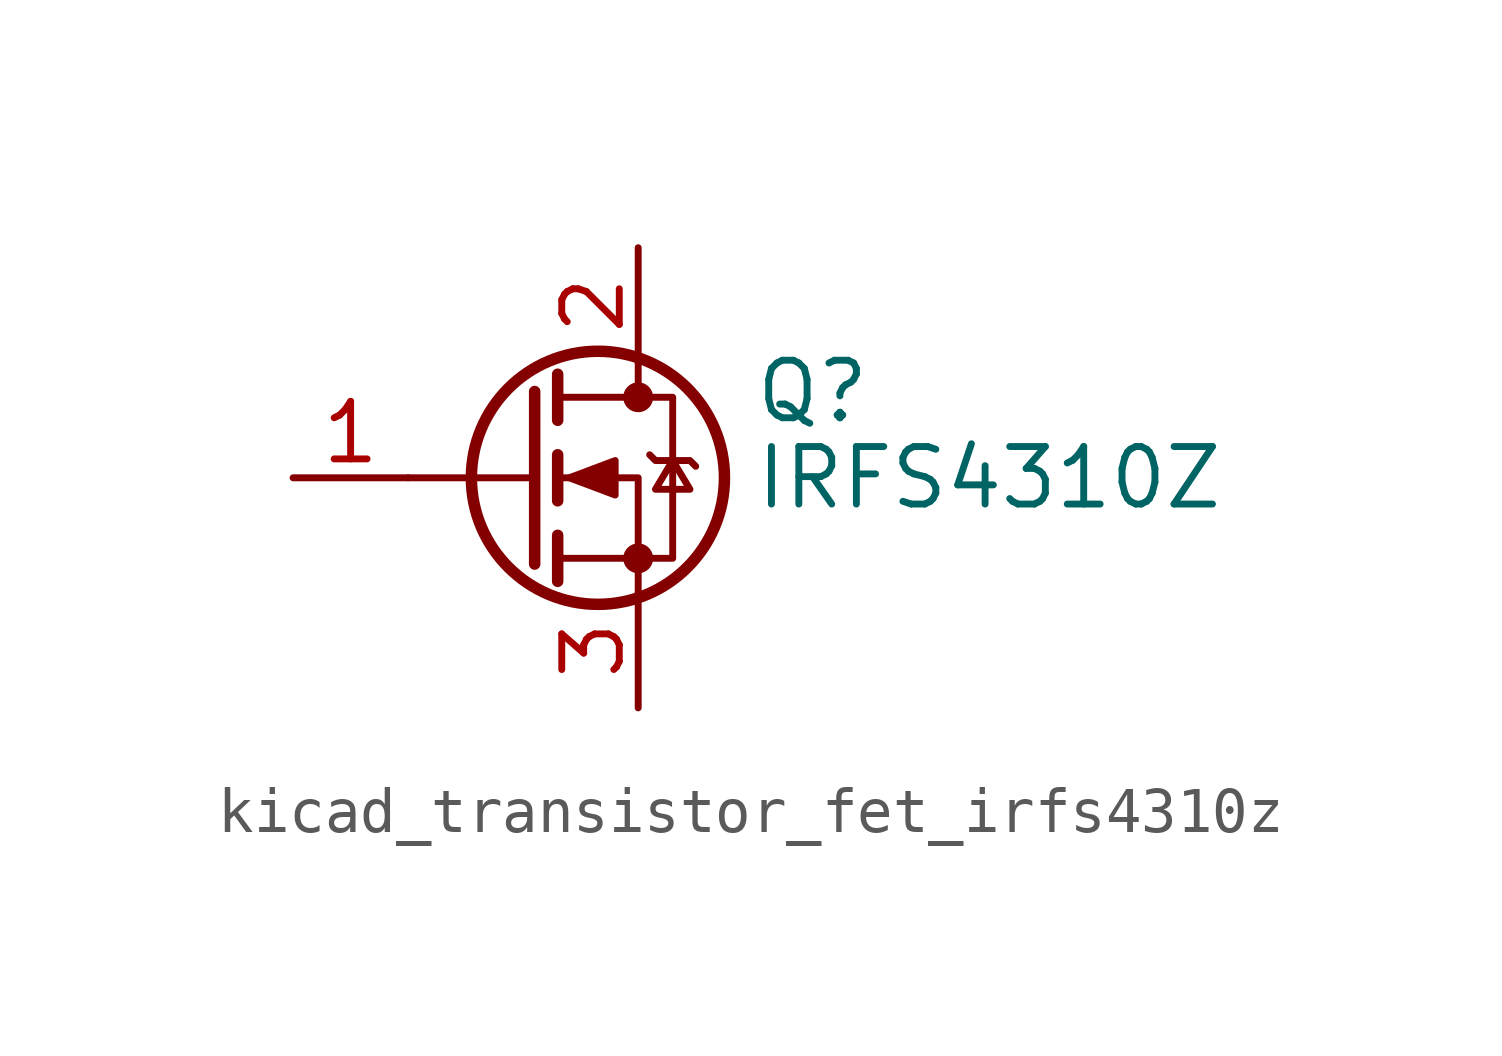
<source format=kicad_sym>
(kicad_symbol_lib
  (version 20220914)
  (generator kicad_symbol_editor)
  (symbol "kicad_transistor_fet_irfs4310z"
    (pin_names hide)
    (property "Reference" "Q"
      (at 5.08 1.905 0)
      (effects (font (size 1.27 1.27)) (justify left)))
    (property "Value" "IRFS4310Z"
      (at 5.08 0 0)
      (effects (font (size 1.27 1.27)) (justify left)))
    (symbol "kicad_transistor_fet_irfs4310z_0_1"
      (polyline (pts (xy 0.254 0) (xy -2.54 0)) (stroke (width 0) (type default)) (fill (type none)))
      (polyline (pts (xy 0.254 1.905) (xy 0.254 -1.905)) (stroke (width 0.254) (type default)) (fill (type none)))
      (polyline (pts (xy 0.762 -1.27) (xy 0.762 -2.286)) (stroke (width 0.254) (type default)) (fill (type none)))
      (polyline (pts (xy 0.762 0.508) (xy 0.762 -0.508)) (stroke (width 0.254) (type default)) (fill (type none)))
      (polyline (pts (xy 0.762 2.286) (xy 0.762 1.27)) (stroke (width 0.254) (type default)) (fill (type none)))
      (polyline (pts (xy 2.54 2.54) (xy 2.54 1.778)) (stroke (width 0) (type default)) (fill (type none)))
      (polyline (pts (xy 2.54 -2.54) (xy 2.54 0) (xy 0.762 0)) (stroke (width 0) (type default)) (fill (type none)))
      (polyline (pts (xy 0.762 -1.778) (xy 3.302 -1.778) (xy 3.302 1.778) (xy 0.762 1.778)) (stroke (width 0) (type default)) (fill (type none)))
      (polyline (pts (xy 1.016 0) (xy 2.032 0.381) (xy 2.032 -0.381) (xy 1.016 0)) (stroke (width 0) (type default)) (fill (type outline)))
      (polyline (pts (xy 2.794 0.508) (xy 2.921 0.381) (xy 3.683 0.381) (xy 3.81 0.254)) (stroke (width 0) (type default)) (fill (type none)))
      (polyline (pts (xy 3.302 0.381) (xy 2.921 -0.254) (xy 3.683 -0.254) (xy 3.302 0.381)) (stroke (width 0) (type default)) (fill (type none)))
      (circle (center 1.651 0) (radius 2.794) (stroke (width 0.254) (type default)) (fill (type none)))
      (circle (center 2.54 -1.778) (radius 0.254) (stroke (width 0) (type default)) (fill (type outline)))
      (circle (center 2.54 1.778) (radius 0.254) (stroke (width 0) (type default)) (fill (type outline))))
    (symbol "kicad_transistor_fet_irfs4310z_1_1"
      (pin passive line (at -5.08 0 0) (length 2.54) (name "G" (effects (font (size 1.27 1.27)))) (number "1" (effects (font (size 1.27 1.27)))))
      (pin passive line (at 2.54 5.08 270) (length 2.54) (name "D" (effects (font (size 1.27 1.27)))) (number "2" (effects (font (size 1.27 1.27)))))
      (pin passive line (at 2.54 -5.08 90) (length 2.54) (name "S" (effects (font (size 1.27 1.27)))) (number "3" (effects (font (size 1.27 1.27))))))))
</source>
